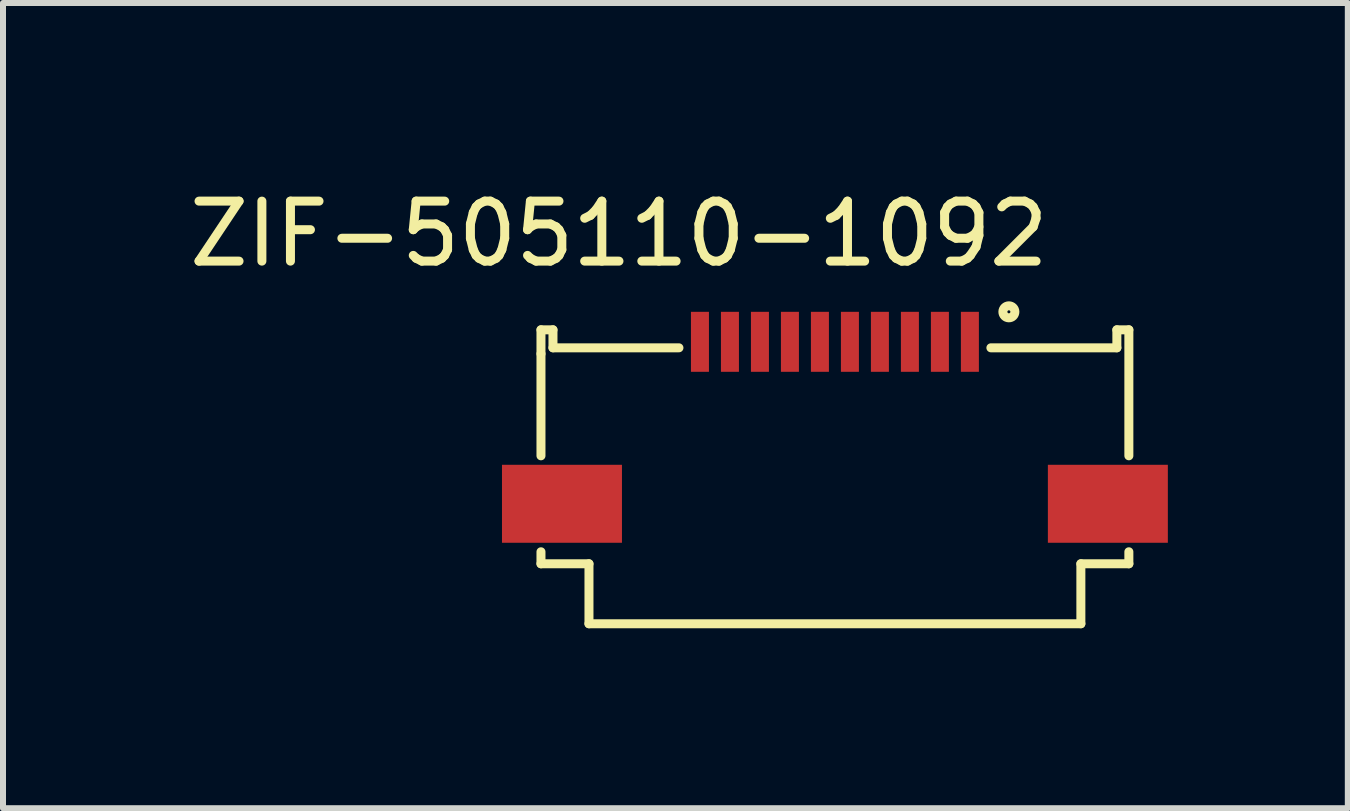
<source format=kicad_pcb>
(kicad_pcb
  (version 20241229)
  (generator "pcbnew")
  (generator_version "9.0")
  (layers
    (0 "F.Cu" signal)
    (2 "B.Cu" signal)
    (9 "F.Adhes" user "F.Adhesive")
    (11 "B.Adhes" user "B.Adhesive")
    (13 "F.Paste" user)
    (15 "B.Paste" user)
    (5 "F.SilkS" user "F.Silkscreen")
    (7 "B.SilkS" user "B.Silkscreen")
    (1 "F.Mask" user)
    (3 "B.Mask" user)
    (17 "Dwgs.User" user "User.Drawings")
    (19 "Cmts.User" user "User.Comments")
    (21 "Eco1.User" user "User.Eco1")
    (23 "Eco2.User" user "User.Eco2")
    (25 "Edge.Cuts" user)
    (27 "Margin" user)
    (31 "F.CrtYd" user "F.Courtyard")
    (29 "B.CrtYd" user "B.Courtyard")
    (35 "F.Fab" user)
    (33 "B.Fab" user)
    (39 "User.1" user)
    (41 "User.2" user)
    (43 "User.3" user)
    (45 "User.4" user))
  (footprint "ZIF-505110-1092"
    (layer "F.Cu")
    (at 10.868 2.648)
    (property "Reference" "ZIF-505110-1092" (at -3.6 -1.8 0) (layer "F.SilkS") (effects (font (size 1 1) (thickness 0.15))))
    (attr through_hole)
    (fp_line (start -4.9 -0.2) (end -4.9 0.2) (stroke (width 0.15) (type solid)) (layer "F.SilkS"))
    (fp_line (start -4.9 0.2) (end -4.9 1.9) (stroke (width 0.15) (type solid)) (layer "F.SilkS"))
    (fp_line (start -4.9 3.5) (end -4.9 3.7) (stroke (width 0.15) (type solid)) (layer "F.SilkS"))
    (fp_line (start -4.9 3.7) (end -4.1 3.7) (stroke (width 0.15) (type solid)) (layer "F.SilkS"))
    (fp_line (start -4.7 -0.2) (end -4.9 -0.2) (stroke (width 0.15) (type solid)) (layer "F.SilkS"))
    (fp_line (start -4.7 0.1) (end -4.7 -0.2) (stroke (width 0.15) (type solid)) (layer "F.SilkS"))
    (fp_line (start -4.7 0.1) (end -2.6 0.1) (stroke (width 0.15) (type solid)) (layer "F.SilkS"))
    (fp_line (start -4.1 3.7) (end -4.1 4.7) (stroke (width 0.15) (type solid)) (layer "F.SilkS"))
    (fp_line (start -4.1 4.7) (end 4.1 4.7) (stroke (width 0.15) (type solid)) (layer "F.SilkS"))
    (fp_line (start 4.1 3.7) (end 4.9 3.7) (stroke (width 0.15) (type solid)) (layer "F.SilkS"))
    (fp_line (start 4.1 4.7) (end 4.1 3.7) (stroke (width 0.15) (type solid)) (layer "F.SilkS"))
    (fp_line (start 4.7 -0.2) (end 4.7 0.1) (stroke (width 0.15) (type solid)) (layer "F.SilkS"))
    (fp_line (start 4.7 0.1) (end 2.6 0.1) (stroke (width 0.15) (type solid)) (layer "F.SilkS"))
    (fp_line (start 4.9 -0.2) (end 4.7 -0.2) (stroke (width 0.15) (type solid)) (layer "F.SilkS"))
    (fp_line (start 4.9 -0.2) (end 4.9 1.9) (stroke (width 0.15) (type solid)) (layer "F.SilkS"))
    (fp_line (start 4.9 3.7) (end 4.9 3.5) (stroke (width 0.15) (type solid)) (layer "F.SilkS"))
    (fp_circle (center 2.9 -0.5) (end 3 -0.5) (stroke (width 0.15) (type solid)) (fill no) (layer "F.SilkS"))
    (pad "" smd rect (at -4.55 2.7) (size 2 1.3) (layers "F.Cu" "F.Mask" "F.Paste"))
    (pad "" smd rect (at 4.55 2.7) (size 2 1.3) (layers "F.Cu" "F.Mask" "F.Paste"))
    (pad "1" smd rect (at 2.25 0) (size 0.3 1) (layers "F.Cu" "F.Mask" "F.Paste"))
    (pad "2" smd rect (at 1.75 0) (size 0.3 1) (layers "F.Cu" "F.Mask" "F.Paste"))
    (pad "3" smd rect (at 1.25 0) (size 0.3 1) (layers "F.Cu" "F.Mask" "F.Paste"))
    (pad "4" smd rect (at 0.75 0) (size 0.3 1) (layers "F.Cu" "F.Mask" "F.Paste"))
    (pad "5" smd rect (at 0.25 0) (size 0.3 1) (layers "F.Cu" "F.Mask" "F.Paste"))
    (pad "6" smd rect (at -0.25 0) (size 0.3 1) (layers "F.Cu" "F.Mask" "F.Paste"))
    (pad "7" smd rect (at -0.75 0) (size 0.3 1) (layers "F.Cu" "F.Mask" "F.Paste"))
    (pad "8" smd rect (at -1.25 0) (size 0.3 1) (layers "F.Cu" "F.Mask" "F.Paste"))
    (pad "9" smd rect (at -1.75 0) (size 0.3 1) (layers "F.Cu" "F.Mask" "F.Paste"))
    (pad "10" smd rect (at -2.25 0) (size 0.3 1) (layers "F.Cu" "F.Mask" "F.Paste")))
  (gr_rect
    (start -3 -3)
    (end 19.418 10.423)
    (stroke (width 0.1) (type default))
    (fill no)
    (layer "Edge.Cuts")))
</source>
